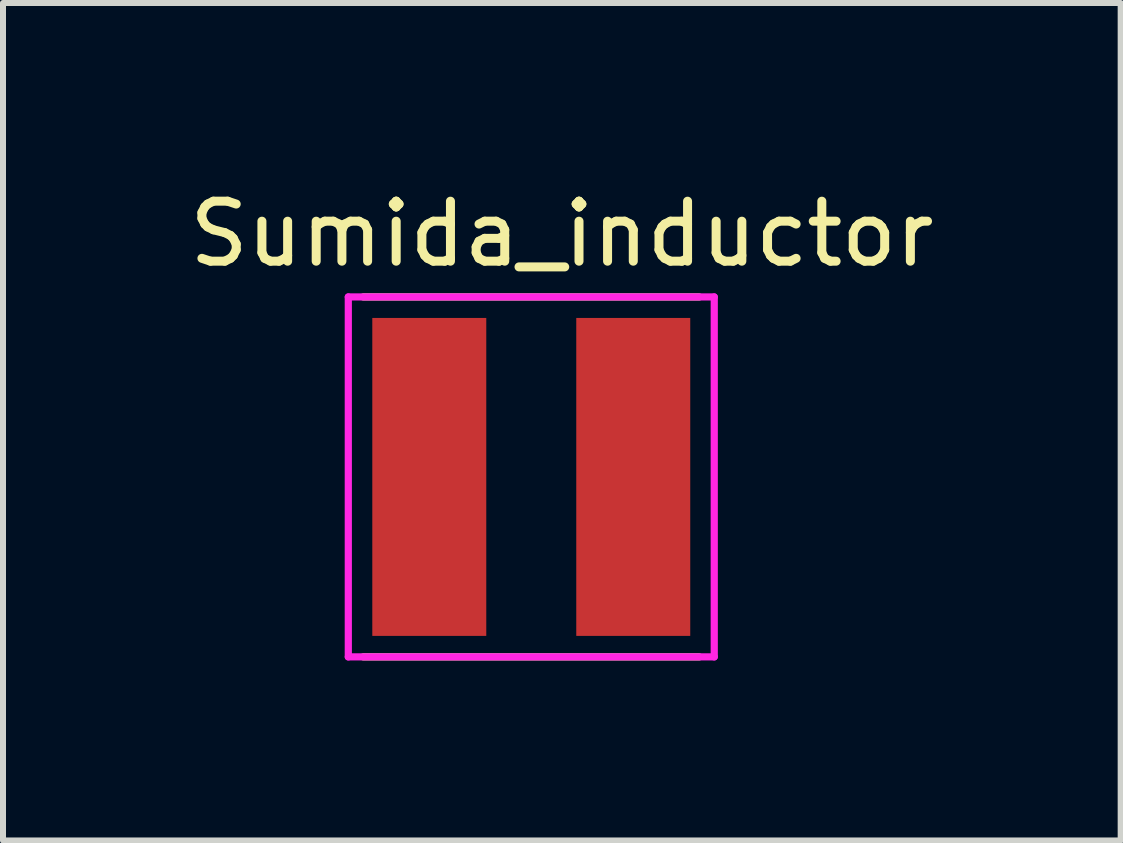
<source format=kicad_pcb>
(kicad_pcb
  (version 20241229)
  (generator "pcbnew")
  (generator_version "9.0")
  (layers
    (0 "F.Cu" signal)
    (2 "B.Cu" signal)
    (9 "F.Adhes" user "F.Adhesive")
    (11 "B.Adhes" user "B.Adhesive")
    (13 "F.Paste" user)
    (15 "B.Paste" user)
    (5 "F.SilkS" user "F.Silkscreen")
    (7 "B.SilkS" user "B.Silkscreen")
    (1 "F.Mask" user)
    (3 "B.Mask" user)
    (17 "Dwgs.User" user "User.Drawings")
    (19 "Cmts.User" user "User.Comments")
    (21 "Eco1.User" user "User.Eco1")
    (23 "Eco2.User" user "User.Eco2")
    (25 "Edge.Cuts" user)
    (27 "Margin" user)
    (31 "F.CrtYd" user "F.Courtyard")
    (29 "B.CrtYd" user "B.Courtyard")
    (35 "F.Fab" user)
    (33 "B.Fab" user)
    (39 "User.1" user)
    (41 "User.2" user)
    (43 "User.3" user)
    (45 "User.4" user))
  (footprint "Sumida_inductor"
    (layer "F.Cu")
    (at 4.106 4.9)
    (property "Reference" "Sumida_inductor" (at 2.21 -4.051 0) (layer "F.SilkS") (effects (font (size 1 1) (thickness 0.15))))
    (attr through_hole)
    (fp_line (start -1.1 -3) (end 4.5 -3) (stroke (width 0.12) (type solid)) (layer "F.SilkS"))
    (fp_line (start 4.5 3) (end -1.1 3) (stroke (width 0.12) (type solid)) (layer "F.SilkS"))
    (fp_line (start -1.35 -3) (end -1.35 3) (stroke (width 0.12) (type solid)) (layer "F.CrtYd"))
    (fp_line (start -1.35 3) (end 4.75 3) (stroke (width 0.12) (type solid)) (layer "F.CrtYd"))
    (fp_line (start 4.75 -3) (end -1.35 -3) (stroke (width 0.12) (type solid)) (layer "F.CrtYd"))
    (fp_line (start 4.75 3) (end 4.75 -3) (stroke (width 0.12) (type solid)) (layer "F.CrtYd"))
    (pad "1" smd rect (at 0 0 90) (size 5.3 1.9) (layers "F.Cu" "F.Mask" "F.Paste"))
    (pad "2" smd rect (at 3.4 0) (size 1.9 5.3) (layers "F.Cu" "F.Mask" "F.Paste")))
  (gr_rect
    (start -3 -3)
    (end 15.631 10.96)
    (stroke (width 0.1) (type default))
    (fill no)
    (layer "Edge.Cuts")))
</source>
